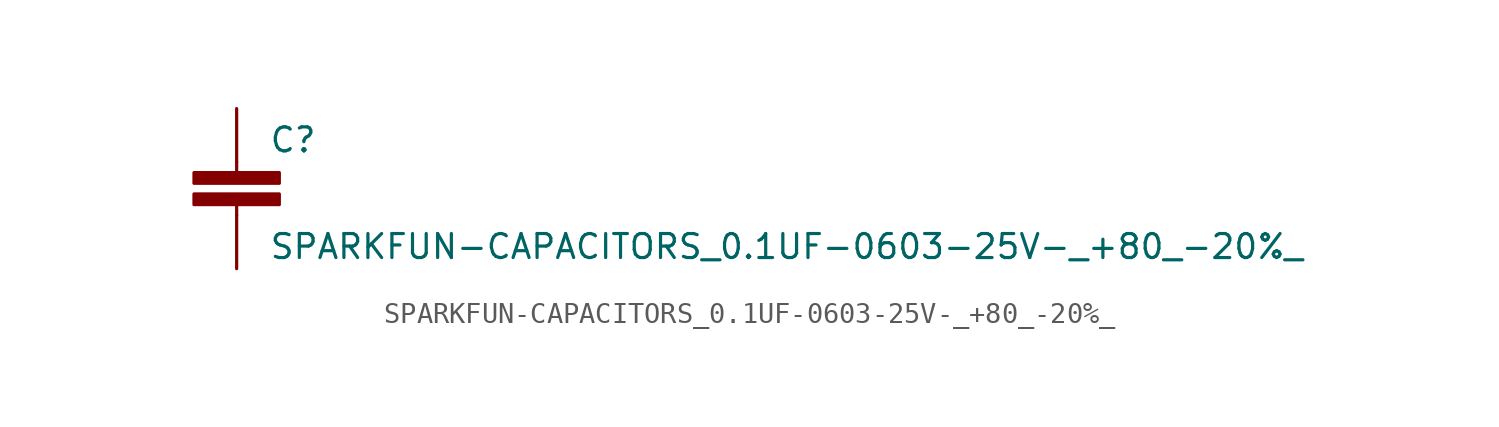
<source format=kicad_sym>
(kicad_symbol_lib
  (version 20220914)
  (generator kicad_symbol_editor)
  (symbol "SPARKFUN-CAPACITORS_0.1UF-0603-25V-_+80_-20%_"
    (pin_numbers hide)
    (pin_names
      (offset 1.016) hide)
    (property "Reference" "C"
      (at 1.524 2.921 0)
      (effects (font (size 1.143 1.143)) (justify left bottom)))
    (property "Value" "SPARKFUN-CAPACITORS_0.1UF-0603-25V-_+80_-20%_"
      (at 1.524 -2.159 0)
      (effects (font (size 1.143 1.143)) (justify left bottom)))
    (property "ki_locked" ""
      (at 0 0 0)
      (effects (font (size 1.27 1.27))))
    (symbol "SPARKFUN-CAPACITORS_0.1UF-0603-25V-_+80_-20%__1_0"
      (polyline (pts (xy 0 0) (xy 0 0.508)) (stroke (width 0) (type solid)) (fill (type none)))
      (polyline (pts (xy 0 2.54) (xy 0 2.032)) (stroke (width 0) (type solid)) (fill (type none))))
    (symbol "SPARKFUN-CAPACITORS_0.1UF-0603-25V-_+80_-20%__1_1"
      (rectangle (start -2.032 0.508) (end 2.032 1.016) (stroke (width 0) (type solid)) (fill (type outline)))
      (rectangle (start -2.032 1.524) (end 2.032 2.032) (stroke (width 0) (type solid)) (fill (type outline)))
      (pin passive line (at 0 5.08 270) (length 2.54) (name "1" (effects (font (size 1.016 1.016)))) (number "1" (effects (font (size 1.016 1.016)))))
      (pin passive line (at 0 -2.54 90) (length 2.54) (name "2" (effects (font (size 1.016 1.016)))) (number "2" (effects (font (size 1.016 1.016))))))))
</source>
